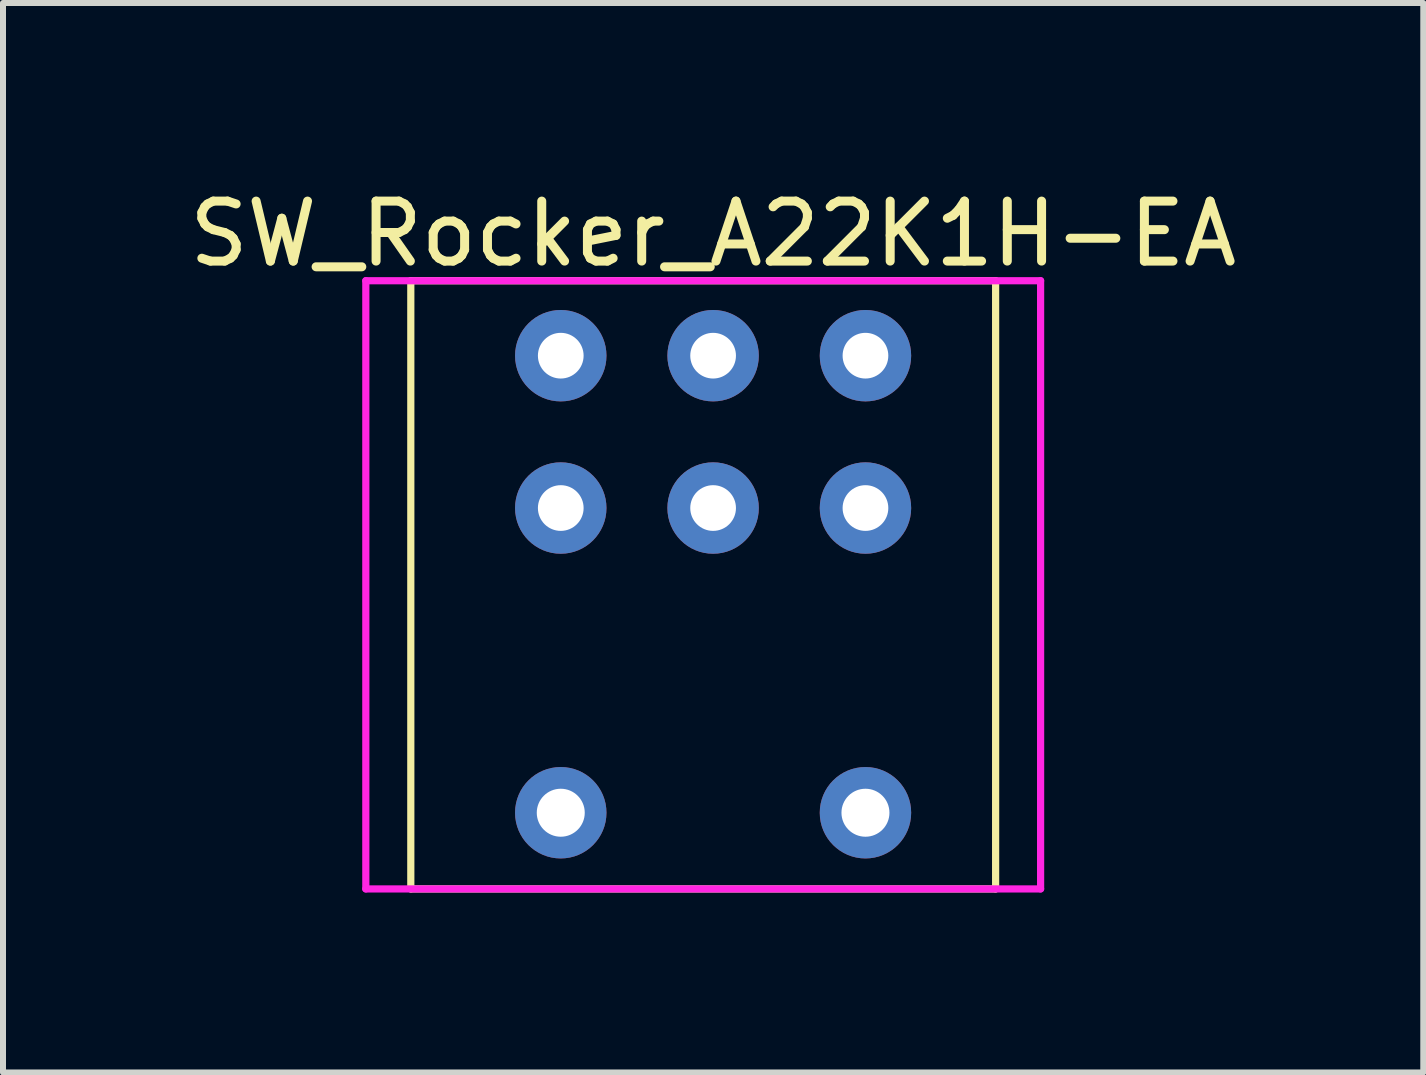
<source format=kicad_pcb>
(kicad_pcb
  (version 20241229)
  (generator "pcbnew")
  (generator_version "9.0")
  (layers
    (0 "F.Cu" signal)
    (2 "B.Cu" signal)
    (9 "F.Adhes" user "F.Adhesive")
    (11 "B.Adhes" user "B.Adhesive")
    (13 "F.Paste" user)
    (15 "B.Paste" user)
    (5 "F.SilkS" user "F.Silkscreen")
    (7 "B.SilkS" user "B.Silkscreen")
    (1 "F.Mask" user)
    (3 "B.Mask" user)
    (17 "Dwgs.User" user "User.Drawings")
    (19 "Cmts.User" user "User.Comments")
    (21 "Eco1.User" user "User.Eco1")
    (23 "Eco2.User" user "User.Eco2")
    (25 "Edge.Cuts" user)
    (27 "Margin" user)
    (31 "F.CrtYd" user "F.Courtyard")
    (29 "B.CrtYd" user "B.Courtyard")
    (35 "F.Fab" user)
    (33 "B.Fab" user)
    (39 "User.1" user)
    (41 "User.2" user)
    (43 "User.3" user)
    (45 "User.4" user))
  (footprint "SW_Rocker_A22K1H-EA"
    (layer "F.Cu")
    (at 6.299 2.88)
    (property "Reference" "SW_Rocker_A22K1H-EA" (at 2.54 -2.032 0) (layer "F.SilkS") (effects (font (size 1 1) (thickness 0.15))))
    (attr through_hole)
    (fp_line (start -2.5 8.89) (end -2.5 -1.25) (stroke (width 0.12) (type solid)) (layer "F.SilkS"))
    (fp_line (start 7.25 -1.25) (end -2.5 -1.25) (stroke (width 0.12) (type solid)) (layer "F.SilkS"))
    (fp_line (start 7.25 -1.25) (end 7.25 8.89) (stroke (width 0.12) (type solid)) (layer "F.SilkS"))
    (fp_line (start 7.25 8.89) (end -2.5 8.89) (stroke (width 0.12) (type solid)) (layer "F.SilkS"))
    (fp_line (start -3.25 -1.25) (end 8 -1.25) (stroke (width 0.12) (type solid)) (layer "F.CrtYd"))
    (fp_line (start -3.25 8.89) (end -3.25 -1.25) (stroke (width 0.12) (type solid)) (layer "F.CrtYd"))
    (fp_line (start 8 -1.25) (end 8 8.89) (stroke (width 0.12) (type solid)) (layer "F.CrtYd"))
    (fp_line (start 8 8.89) (end -3.25 8.89) (stroke (width 0.12) (type solid)) (layer "F.CrtYd"))
    (pad "" thru_hole circle (at 0 7.62) (size 1.524 1.524) (drill 0.8) (layers "*.Cu" "*.Mask"))
    (pad "" thru_hole circle (at 5.08 7.62) (size 1.524 1.524) (drill 0.8) (layers "*.Cu" "*.Mask"))
    (pad "1" thru_hole circle (at 0 0) (size 1.524 1.524) (drill 0.762) (layers "*.Cu" "*.Mask"))
    (pad "2" thru_hole circle (at 2.54 0) (size 1.524 1.524) (drill 0.762) (layers "*.Cu" "*.Mask"))
    (pad "3" thru_hole circle (at 5.08 0) (size 1.524 1.524) (drill 0.762) (layers "*.Cu" "*.Mask"))
    (pad "4" thru_hole circle (at 0 2.54) (size 1.524 1.524) (drill 0.762) (layers "*.Cu" "*.Mask"))
    (pad "5" thru_hole circle (at 2.54 2.54) (size 1.524 1.524) (drill 0.762) (layers "*.Cu" "*.Mask"))
    (pad "6" thru_hole circle (at 5.08 2.54) (size 1.524 1.524) (drill 0.762) (layers "*.Cu" "*.Mask")))
  (gr_rect
    (start -3 -3)
    (end 20.679 14.83)
    (stroke (width 0.1) (type default))
    (fill no)
    (layer "Edge.Cuts")))
</source>
